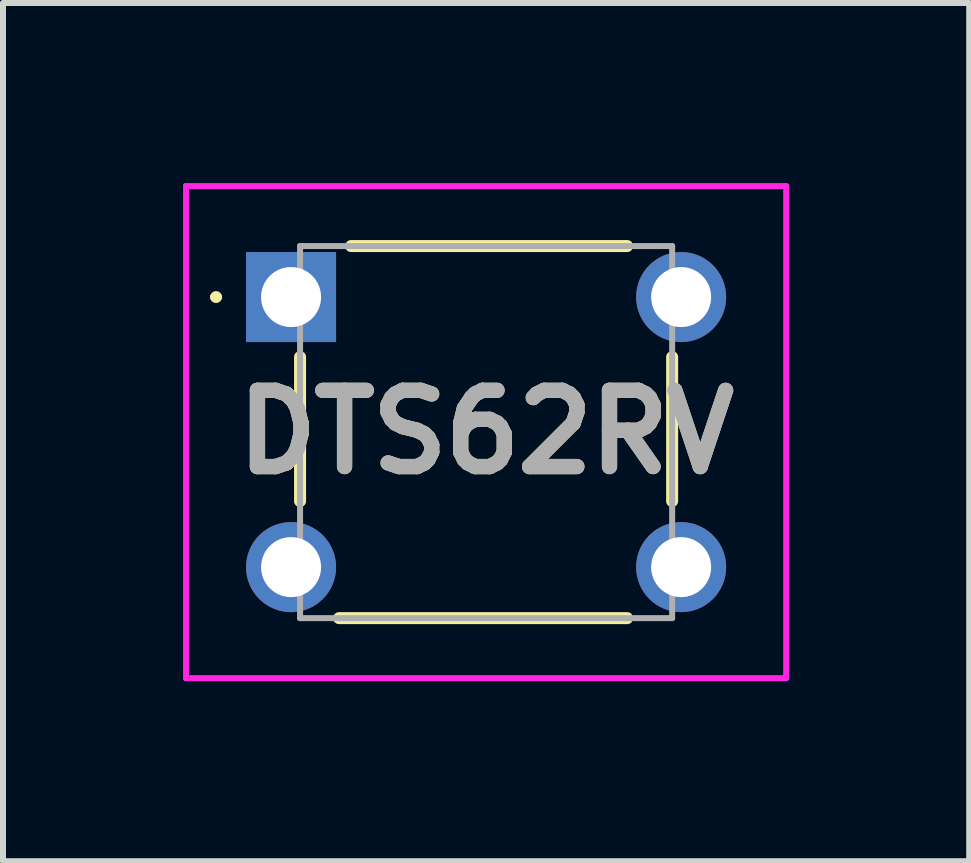
<source format=kicad_pcb>
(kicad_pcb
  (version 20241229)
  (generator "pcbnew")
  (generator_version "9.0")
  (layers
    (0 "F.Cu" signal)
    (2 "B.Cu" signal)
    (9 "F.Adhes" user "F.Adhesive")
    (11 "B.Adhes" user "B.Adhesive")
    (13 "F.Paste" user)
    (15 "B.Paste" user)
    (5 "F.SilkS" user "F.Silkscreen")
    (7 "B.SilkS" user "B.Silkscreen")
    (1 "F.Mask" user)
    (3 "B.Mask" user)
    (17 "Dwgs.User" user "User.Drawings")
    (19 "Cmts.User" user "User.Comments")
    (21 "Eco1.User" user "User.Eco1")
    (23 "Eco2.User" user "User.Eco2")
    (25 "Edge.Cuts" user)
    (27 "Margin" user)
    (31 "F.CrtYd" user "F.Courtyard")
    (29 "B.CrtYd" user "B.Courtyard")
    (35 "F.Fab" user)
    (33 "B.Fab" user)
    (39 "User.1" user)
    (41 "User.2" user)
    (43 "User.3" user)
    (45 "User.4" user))
  (footprint "DTS62RV"
    (layer "F.Cu")
    (at 1.8 1.9)
    (property "Reference" "DTS62RV" (at 3.25 2.25 0) (layer "F.SilkS") (effects (font (size 1.27 1.27) (thickness 0.254))))
    (attr through_hole)
    (fp_line (start -1.3 0) (end -1.3 0) (stroke (width 0.1) (type solid)) (layer "F.SilkS"))
    (fp_line (start -1.2 0) (end -1.2 0) (stroke (width 0.1) (type solid)) (layer "F.SilkS"))
    (fp_line (start 0.15 1) (end 0.15 3.4) (stroke (width 0.2) (type solid)) (layer "F.SilkS"))
    (fp_line (start 0.8 5.35) (end 5.6 5.35) (stroke (width 0.2) (type solid)) (layer "F.SilkS"))
    (fp_line (start 1 -0.85) (end 5.6 -0.85) (stroke (width 0.2) (type solid)) (layer "F.SilkS"))
    (fp_line (start 6.35 1) (end 6.35 3.4) (stroke (width 0.2) (type solid)) (layer "F.SilkS"))
    (fp_arc (start -1.3 0) (mid -1.25 -0.05) (end -1.2 0) (stroke (width 0.1) (type solid)) (layer "F.SilkS"))
    (fp_arc (start -1.2 0) (mid -1.25 0.05) (end -1.3 0) (stroke (width 0.1) (type solid)) (layer "F.SilkS"))
    (fp_line (start -1.75 -1.85) (end 8.25 -1.85) (stroke (width 0.1) (type solid)) (layer "F.CrtYd"))
    (fp_line (start -1.75 6.35) (end -1.75 -1.85) (stroke (width 0.1) (type solid)) (layer "F.CrtYd"))
    (fp_line (start 8.25 -1.85) (end 8.25 6.35) (stroke (width 0.1) (type solid)) (layer "F.CrtYd"))
    (fp_line (start 8.25 6.35) (end -1.75 6.35) (stroke (width 0.1) (type solid)) (layer "F.CrtYd"))
    (fp_line (start 0.15 -0.85) (end 6.35 -0.85) (stroke (width 0.1) (type solid)) (layer "F.Fab"))
    (fp_line (start 0.15 5.35) (end 0.15 -0.85) (stroke (width 0.1) (type solid)) (layer "F.Fab"))
    (fp_line (start 6.35 -0.85) (end 6.35 5.35) (stroke (width 0.1) (type solid)) (layer "F.Fab"))
    (fp_line (start 6.35 5.35) (end 0.15 5.35) (stroke (width 0.1) (type solid)) (layer "F.Fab"))
    (fp_text user "${REFERENCE}" (at 3.25 2.25 0) (layer "F.Fab") (effects (font (size 1.27 1.27) (thickness 0.254))))
    (pad "1" thru_hole rect (at 0 0) (size 1.5 1.5) (drill 1) (layers "*.Cu" "*.Mask"))
    (pad "2" thru_hole circle (at 6.5 0) (size 1.5 1.5) (drill 1) (layers "*.Cu" "*.Mask"))
    (pad "3" thru_hole circle (at 0 4.5) (size 1.5 1.5) (drill 1) (layers "*.Cu" "*.Mask"))
    (pad "4" thru_hole circle (at 6.5 4.5) (size 1.5 1.5) (drill 1) (layers "*.Cu" "*.Mask")))
  (gr_rect
    (start -3 -3)
    (end 13.1 11.3)
    (stroke (width 0.1) (type default))
    (fill no)
    (layer "Edge.Cuts")))
</source>
